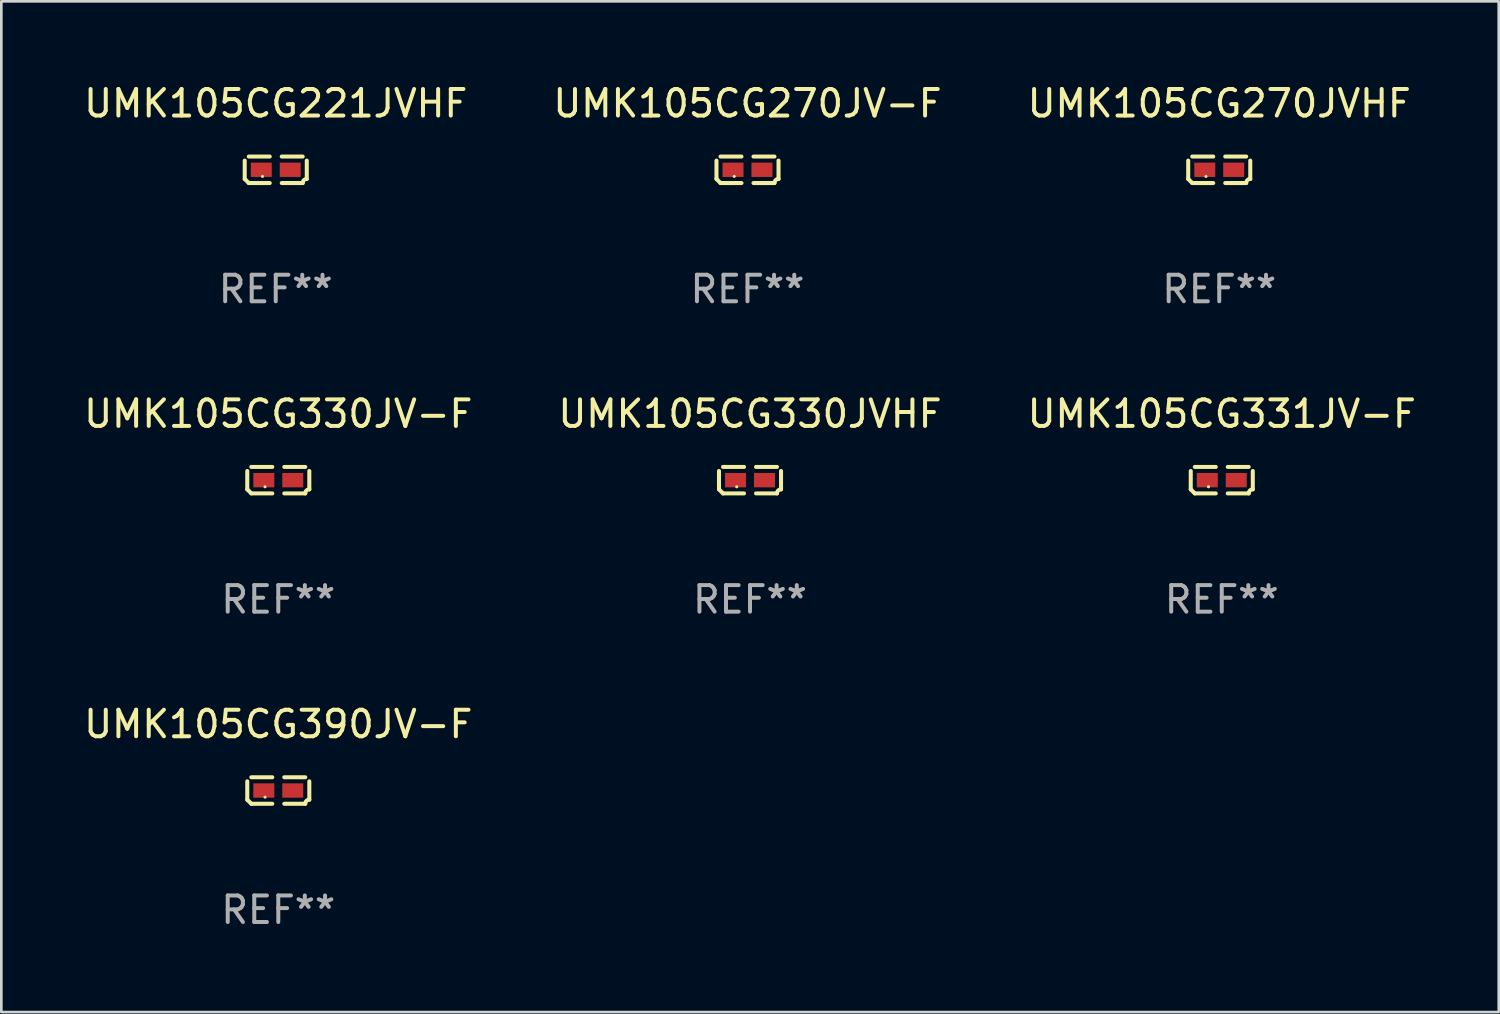
<source format=kicad_pcb>
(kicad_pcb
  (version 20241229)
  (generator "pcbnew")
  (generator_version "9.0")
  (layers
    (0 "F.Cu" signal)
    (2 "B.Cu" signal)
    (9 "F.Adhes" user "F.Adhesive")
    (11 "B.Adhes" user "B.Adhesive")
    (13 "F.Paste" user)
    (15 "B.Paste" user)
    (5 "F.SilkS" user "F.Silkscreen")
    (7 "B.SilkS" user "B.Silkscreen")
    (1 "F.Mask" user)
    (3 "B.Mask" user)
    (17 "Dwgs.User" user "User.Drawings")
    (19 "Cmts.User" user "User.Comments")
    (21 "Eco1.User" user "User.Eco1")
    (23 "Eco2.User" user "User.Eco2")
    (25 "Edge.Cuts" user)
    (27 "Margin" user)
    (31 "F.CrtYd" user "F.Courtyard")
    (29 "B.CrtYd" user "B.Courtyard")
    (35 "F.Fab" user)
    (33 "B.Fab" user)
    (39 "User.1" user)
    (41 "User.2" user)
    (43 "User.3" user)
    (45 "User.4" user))
  (footprint "UMK105CG330JV-F"
    (layer "F.Cu")
    (at 7.435 15.041)
    (property "Reference" "UMK105CG330JV-F" (at 0 -2.499 0) (layer "F.SilkS") (effects (font (size 1 1) (thickness 0.15))))
    (attr through_hole)
    (fp_line (start -1.169 0.346) (end -1.169 -0.346) (stroke (width 0.152) (type solid)) (layer "F.SilkS"))
    (fp_line (start -1.016 -0.499) (end -0.226 -0.499) (stroke (width 0.152) (type solid)) (layer "F.SilkS"))
    (fp_line (start -0.226 0.499) (end -1.016 0.499) (stroke (width 0.152) (type solid)) (layer "F.SilkS"))
    (fp_line (start 0.226 0.499) (end 1.016 0.499) (stroke (width 0.152) (type solid)) (layer "F.SilkS"))
    (fp_line (start 1.016 -0.499) (end 0.226 -0.499) (stroke (width 0.152) (type solid)) (layer "F.SilkS"))
    (fp_line (start 1.169 0.346) (end 1.169 -0.346) (stroke (width 0.152) (type solid)) (layer "F.SilkS"))
    (fp_arc (start -1.016307 0.498603) (mid -1.092512 0.422405) (end -1.16871 0.3462) (stroke (width 0.1524) (type solid)) (layer "F.SilkS"))
    (fp_arc (start 1.016307 0.498603) (mid 1.060899 0.390758) (end 1.168707 0.346076) (stroke (width 0.1524) (type solid)) (layer "F.SilkS"))
    (fp_circle (center -0.5 0.25) (end -0.47 0.25) (stroke (width 0.06) (type solid)) (fill no) (layer "F.SilkS"))
    (fp_text user "REF**" (at 0 4.499 0) (layer "F.Fab") (effects (font (size 1 1) (thickness 0.15))))
    (pad "1" smd rect (at -0.545 0) (size 0.79 0.54) (layers "F.Cu" "F.Mask" "F.Paste"))
    (pad "2" smd rect (at 0.545 0) (size 0.79 0.54) (layers "F.Cu" "F.Mask" "F.Paste")))
  (footprint "UMK105CG270JVHF"
    (layer "F.Cu")
    (at 42.887 3.347)
    (property "Reference" "UMK105CG270JVHF" (at 0 -2.499 0) (layer "F.SilkS") (effects (font (size 1 1) (thickness 0.15))))
    (attr through_hole)
    (fp_line (start -1.169 0.346) (end -1.169 -0.346) (stroke (width 0.152) (type solid)) (layer "F.SilkS"))
    (fp_line (start -1.016 -0.499) (end -0.226 -0.499) (stroke (width 0.152) (type solid)) (layer "F.SilkS"))
    (fp_line (start -0.226 0.499) (end -1.016 0.499) (stroke (width 0.152) (type solid)) (layer "F.SilkS"))
    (fp_line (start 0.226 0.499) (end 1.016 0.499) (stroke (width 0.152) (type solid)) (layer "F.SilkS"))
    (fp_line (start 1.016 -0.499) (end 0.226 -0.499) (stroke (width 0.152) (type solid)) (layer "F.SilkS"))
    (fp_line (start 1.169 0.346) (end 1.169 -0.346) (stroke (width 0.152) (type solid)) (layer "F.SilkS"))
    (fp_arc (start -1.016307 0.498603) (mid -1.092512 0.422405) (end -1.16871 0.3462) (stroke (width 0.1524) (type solid)) (layer "F.SilkS"))
    (fp_arc (start 1.016307 0.498603) (mid 1.060899 0.390758) (end 1.168707 0.346076) (stroke (width 0.1524) (type solid)) (layer "F.SilkS"))
    (fp_circle (center -0.5 0.25) (end -0.47 0.25) (stroke (width 0.06) (type solid)) (fill no) (layer "F.SilkS"))
    (fp_text user "REF**" (at 0 4.499 0) (layer "F.Fab") (effects (font (size 1 1) (thickness 0.15))))
    (pad "1" smd rect (at -0.545 0) (size 0.79 0.54) (layers "F.Cu" "F.Mask" "F.Paste"))
    (pad "2" smd rect (at 0.545 0) (size 0.79 0.54) (layers "F.Cu" "F.Mask" "F.Paste")))
  (footprint "UMK105CG390JV-F"
    (layer "F.Cu")
    (at 7.435 26.734)
    (property "Reference" "UMK105CG390JV-F" (at 0 -2.499 0) (layer "F.SilkS") (effects (font (size 1 1) (thickness 0.15))))
    (attr through_hole)
    (fp_line (start -1.169 0.346) (end -1.169 -0.346) (stroke (width 0.152) (type solid)) (layer "F.SilkS"))
    (fp_line (start -1.016 -0.499) (end -0.226 -0.499) (stroke (width 0.152) (type solid)) (layer "F.SilkS"))
    (fp_line (start -0.226 0.499) (end -1.016 0.499) (stroke (width 0.152) (type solid)) (layer "F.SilkS"))
    (fp_line (start 0.226 0.499) (end 1.016 0.499) (stroke (width 0.152) (type solid)) (layer "F.SilkS"))
    (fp_line (start 1.016 -0.499) (end 0.226 -0.499) (stroke (width 0.152) (type solid)) (layer "F.SilkS"))
    (fp_line (start 1.169 0.346) (end 1.169 -0.346) (stroke (width 0.152) (type solid)) (layer "F.SilkS"))
    (fp_arc (start -1.016307 0.498603) (mid -1.092512 0.422405) (end -1.16871 0.3462) (stroke (width 0.1524) (type solid)) (layer "F.SilkS"))
    (fp_arc (start 1.016307 0.498603) (mid 1.060899 0.390758) (end 1.168707 0.346076) (stroke (width 0.1524) (type solid)) (layer "F.SilkS"))
    (fp_circle (center -0.5 0.25) (end -0.47 0.25) (stroke (width 0.06) (type solid)) (fill no) (layer "F.SilkS"))
    (fp_text user "REF**" (at 0 4.499 0) (layer "F.Fab") (effects (font (size 1 1) (thickness 0.15))))
    (pad "1" smd rect (at -0.545 0) (size 0.79 0.54) (layers "F.Cu" "F.Mask" "F.Paste"))
    (pad "2" smd rect (at 0.545 0) (size 0.79 0.54) (layers "F.Cu" "F.Mask" "F.Paste")))
  (footprint "UMK105CG270JV-F"
    (layer "F.Cu")
    (at 25.113 3.347)
    (property "Reference" "UMK105CG270JV-F" (at 0 -2.499 0) (layer "F.SilkS") (effects (font (size 1 1) (thickness 0.15))))
    (attr through_hole)
    (fp_line (start -1.169 0.346) (end -1.169 -0.346) (stroke (width 0.152) (type solid)) (layer "F.SilkS"))
    (fp_line (start -1.016 -0.499) (end -0.226 -0.499) (stroke (width 0.152) (type solid)) (layer "F.SilkS"))
    (fp_line (start -0.226 0.499) (end -1.016 0.499) (stroke (width 0.152) (type solid)) (layer "F.SilkS"))
    (fp_line (start 0.226 0.499) (end 1.016 0.499) (stroke (width 0.152) (type solid)) (layer "F.SilkS"))
    (fp_line (start 1.016 -0.499) (end 0.226 -0.499) (stroke (width 0.152) (type solid)) (layer "F.SilkS"))
    (fp_line (start 1.169 0.346) (end 1.169 -0.346) (stroke (width 0.152) (type solid)) (layer "F.SilkS"))
    (fp_arc (start -1.016307 0.498603) (mid -1.092512 0.422405) (end -1.16871 0.3462) (stroke (width 0.1524) (type solid)) (layer "F.SilkS"))
    (fp_arc (start 1.016307 0.498603) (mid 1.060899 0.390758) (end 1.168707 0.346076) (stroke (width 0.1524) (type solid)) (layer "F.SilkS"))
    (fp_circle (center -0.5 0.25) (end -0.47 0.25) (stroke (width 0.06) (type solid)) (fill no) (layer "F.SilkS"))
    (fp_text user "REF**" (at 0 4.499 0) (layer "F.Fab") (effects (font (size 1 1) (thickness 0.15))))
    (pad "1" smd rect (at -0.545 0) (size 0.79 0.54) (layers "F.Cu" "F.Mask" "F.Paste"))
    (pad "2" smd rect (at 0.545 0) (size 0.79 0.54) (layers "F.Cu" "F.Mask" "F.Paste")))
  (footprint "UMK105CG221JVHF"
    (layer "F.Cu")
    (at 7.339 3.347)
    (property "Reference" "UMK105CG221JVHF" (at 0 -2.499 0) (layer "F.SilkS") (effects (font (size 1 1) (thickness 0.15))))
    (attr through_hole)
    (fp_line (start -1.169 0.346) (end -1.169 -0.346) (stroke (width 0.152) (type solid)) (layer "F.SilkS"))
    (fp_line (start -1.016 -0.499) (end -0.226 -0.499) (stroke (width 0.152) (type solid)) (layer "F.SilkS"))
    (fp_line (start -0.226 0.499) (end -1.016 0.499) (stroke (width 0.152) (type solid)) (layer "F.SilkS"))
    (fp_line (start 0.226 0.499) (end 1.016 0.499) (stroke (width 0.152) (type solid)) (layer "F.SilkS"))
    (fp_line (start 1.016 -0.499) (end 0.226 -0.499) (stroke (width 0.152) (type solid)) (layer "F.SilkS"))
    (fp_line (start 1.169 0.346) (end 1.169 -0.346) (stroke (width 0.152) (type solid)) (layer "F.SilkS"))
    (fp_arc (start -1.016307 0.498603) (mid -1.092512 0.422405) (end -1.16871 0.3462) (stroke (width 0.1524) (type solid)) (layer "F.SilkS"))
    (fp_arc (start 1.016307 0.498603) (mid 1.060899 0.390758) (end 1.168707 0.346076) (stroke (width 0.1524) (type solid)) (layer "F.SilkS"))
    (fp_circle (center -0.5 0.25) (end -0.47 0.25) (stroke (width 0.06) (type solid)) (fill no) (layer "F.SilkS"))
    (fp_text user "REF**" (at 0 4.499 0) (layer "F.Fab") (effects (font (size 1 1) (thickness 0.15))))
    (pad "1" smd rect (at -0.545 0) (size 0.79 0.54) (layers "F.Cu" "F.Mask" "F.Paste"))
    (pad "2" smd rect (at 0.545 0) (size 0.79 0.54) (layers "F.Cu" "F.Mask" "F.Paste")))
  (footprint "UMK105CG331JV-F"
    (layer "F.Cu")
    (at 42.982 15.041)
    (property "Reference" "UMK105CG331JV-F" (at 0 -2.499 0) (layer "F.SilkS") (effects (font (size 1 1) (thickness 0.15))))
    (attr through_hole)
    (fp_line (start -1.169 0.346) (end -1.169 -0.346) (stroke (width 0.152) (type solid)) (layer "F.SilkS"))
    (fp_line (start -1.016 -0.499) (end -0.226 -0.499) (stroke (width 0.152) (type solid)) (layer "F.SilkS"))
    (fp_line (start -0.226 0.499) (end -1.016 0.499) (stroke (width 0.152) (type solid)) (layer "F.SilkS"))
    (fp_line (start 0.226 0.499) (end 1.016 0.499) (stroke (width 0.152) (type solid)) (layer "F.SilkS"))
    (fp_line (start 1.016 -0.499) (end 0.226 -0.499) (stroke (width 0.152) (type solid)) (layer "F.SilkS"))
    (fp_line (start 1.169 0.346) (end 1.169 -0.346) (stroke (width 0.152) (type solid)) (layer "F.SilkS"))
    (fp_arc (start -1.016307 0.498603) (mid -1.092512 0.422405) (end -1.16871 0.3462) (stroke (width 0.1524) (type solid)) (layer "F.SilkS"))
    (fp_arc (start 1.016307 0.498603) (mid 1.060899 0.390758) (end 1.168707 0.346076) (stroke (width 0.1524) (type solid)) (layer "F.SilkS"))
    (fp_circle (center -0.5 0.25) (end -0.47 0.25) (stroke (width 0.06) (type solid)) (fill no) (layer "F.SilkS"))
    (fp_text user "REF**" (at 0 4.499 0) (layer "F.Fab") (effects (font (size 1 1) (thickness 0.15))))
    (pad "1" smd rect (at -0.545 0) (size 0.79 0.54) (layers "F.Cu" "F.Mask" "F.Paste"))
    (pad "2" smd rect (at 0.545 0) (size 0.79 0.54) (layers "F.Cu" "F.Mask" "F.Paste")))
  (footprint "UMK105CG330JVHF"
    (layer "F.Cu")
    (at 25.208 15.041)
    (property "Reference" "UMK105CG330JVHF" (at 0 -2.499 0) (layer "F.SilkS") (effects (font (size 1 1) (thickness 0.15))))
    (attr through_hole)
    (fp_line (start -1.169 0.346) (end -1.169 -0.346) (stroke (width 0.152) (type solid)) (layer "F.SilkS"))
    (fp_line (start -1.016 -0.499) (end -0.226 -0.499) (stroke (width 0.152) (type solid)) (layer "F.SilkS"))
    (fp_line (start -0.226 0.499) (end -1.016 0.499) (stroke (width 0.152) (type solid)) (layer "F.SilkS"))
    (fp_line (start 0.226 0.499) (end 1.016 0.499) (stroke (width 0.152) (type solid)) (layer "F.SilkS"))
    (fp_line (start 1.016 -0.499) (end 0.226 -0.499) (stroke (width 0.152) (type solid)) (layer "F.SilkS"))
    (fp_line (start 1.169 0.346) (end 1.169 -0.346) (stroke (width 0.152) (type solid)) (layer "F.SilkS"))
    (fp_arc (start -1.016307 0.498603) (mid -1.092512 0.422405) (end -1.16871 0.3462) (stroke (width 0.1524) (type solid)) (layer "F.SilkS"))
    (fp_arc (start 1.016307 0.498603) (mid 1.060899 0.390758) (end 1.168707 0.346076) (stroke (width 0.1524) (type solid)) (layer "F.SilkS"))
    (fp_circle (center -0.5 0.25) (end -0.47 0.25) (stroke (width 0.06) (type solid)) (fill no) (layer "F.SilkS"))
    (fp_text user "REF**" (at 0 4.499 0) (layer "F.Fab") (effects (font (size 1 1) (thickness 0.15))))
    (pad "1" smd rect (at -0.545 0) (size 0.79 0.54) (layers "F.Cu" "F.Mask" "F.Paste"))
    (pad "2" smd rect (at 0.545 0) (size 0.79 0.54) (layers "F.Cu" "F.Mask" "F.Paste")))
  (gr_rect
    (start -3 -3)
    (end 53.417 35.081)
    (stroke (width 0.1) (type default))
    (fill no)
    (layer "Edge.Cuts")))
</source>
